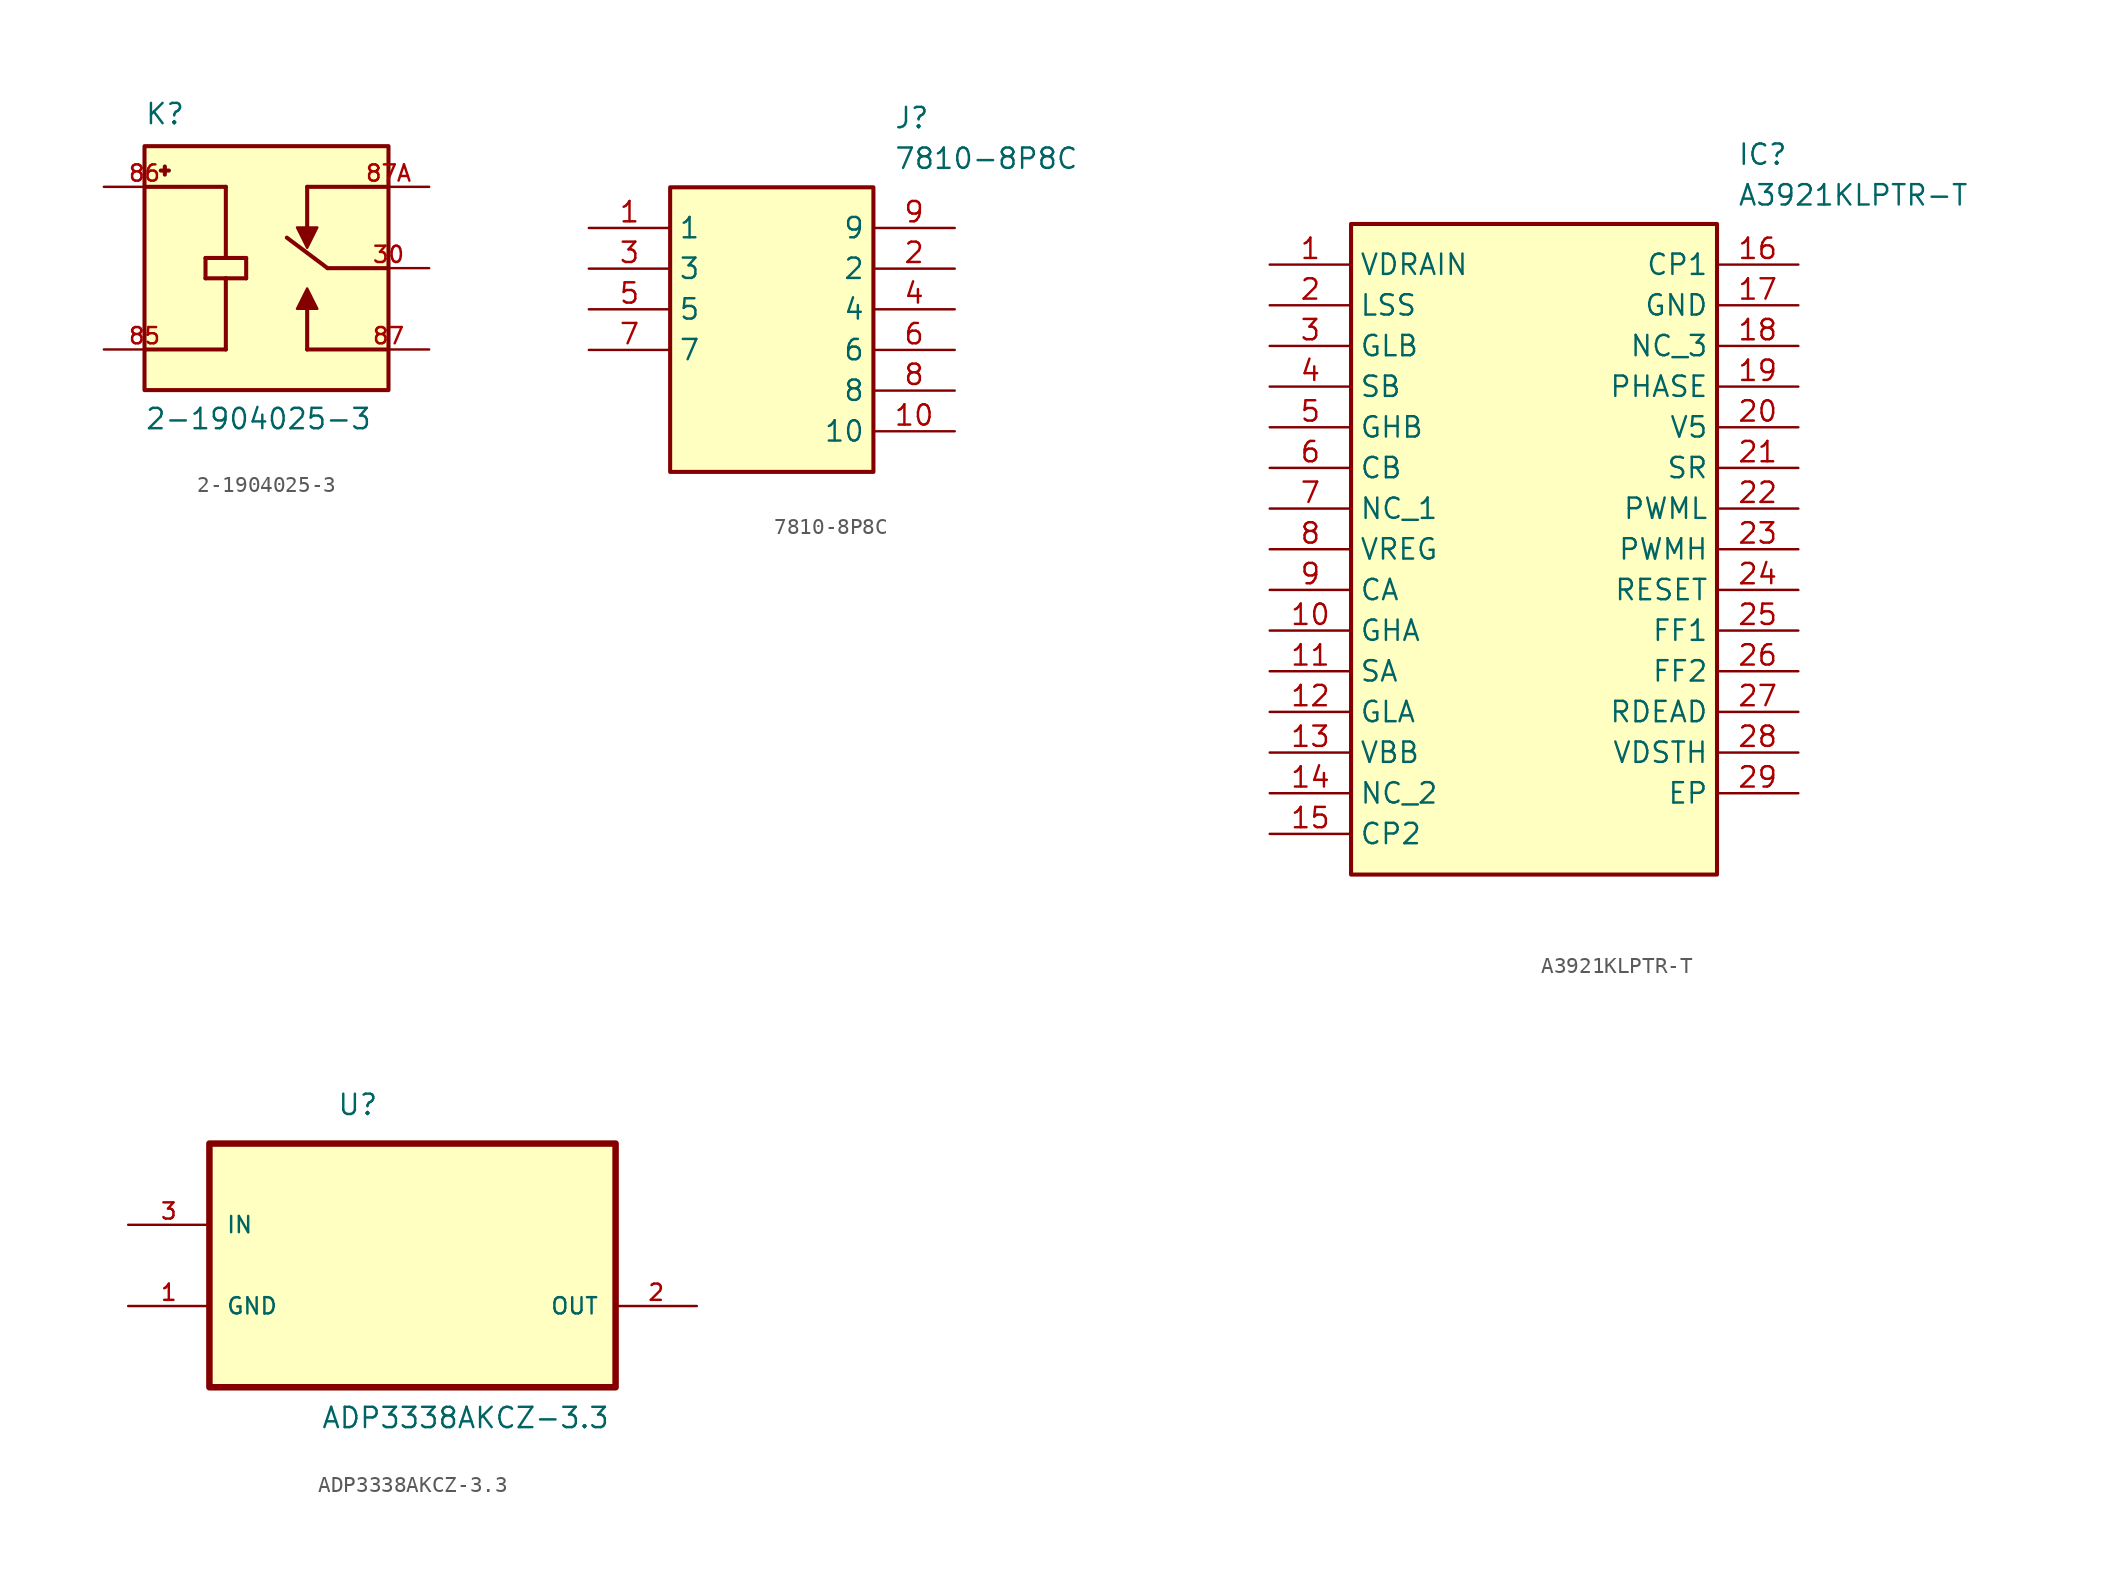
<source format=kicad_sym>
(kicad_symbol_lib
  (version 20231120)
  (generator "kicad_symbol_editor")
  (generator_version "8.0")
  (symbol "2-1904025-3"
    (pin_names
      (offset 1.016))
    (property "Reference" "K"
      (at -7.62 8.89 0)
      (effects (font (size 1.27 1.27)) (justify left bottom)))
    (property "Value" "2-1904025-3"
      (at -7.62 -10.16 0)
      (effects (font (size 1.27 1.27)) (justify left bottom)))
    (symbol "2-1904025-3_0_0"
      (rectangle (start -7.62 7.62) (end 7.62 -7.62) (stroke (width 0.254) (type default)) (fill (type background)))
      (polyline (pts (xy -7.62 -5.08) (xy -2.54 -5.08)) (stroke (width 0.254) (type default)) (fill (type none)))
      (polyline (pts (xy -7.62 5.08) (xy -2.54 5.08)) (stroke (width 0.254) (type default)) (fill (type none)))
      (polyline (pts (xy -6.604 6.096) (xy -6.096 6.096)) (stroke (width 0.254) (type default)) (fill (type none)))
      (polyline (pts (xy -6.35 6.35) (xy -6.35 5.842)) (stroke (width 0.254) (type default)) (fill (type none)))
      (polyline (pts (xy -3.81 -0.635) (xy -3.81 0.635)) (stroke (width 0.254) (type default)) (fill (type none)))
      (polyline (pts (xy -3.81 0.635) (xy -2.54 0.635)) (stroke (width 0.254) (type default)) (fill (type none)))
      (polyline (pts (xy -2.54 -0.635) (xy -3.81 -0.635)) (stroke (width 0.254) (type default)) (fill (type none)))
      (polyline (pts (xy -2.54 -0.635) (xy -2.54 -5.08)) (stroke (width 0.254) (type default)) (fill (type none)))
      (polyline (pts (xy -2.54 0.635) (xy -1.27 0.635)) (stroke (width 0.254) (type default)) (fill (type none)))
      (polyline (pts (xy -2.54 5.08) (xy -2.54 0.635)) (stroke (width 0.254) (type default)) (fill (type none)))
      (polyline (pts (xy -1.27 -0.635) (xy -2.54 -0.635)) (stroke (width 0.254) (type default)) (fill (type none)))
      (polyline (pts (xy -1.27 0.635) (xy -1.27 -0.635)) (stroke (width 0.254) (type default)) (fill (type none)))
      (polyline (pts (xy 2.54 -5.08) (xy 2.54 -2.54)) (stroke (width 0.254) (type default)) (fill (type none)))
      (polyline (pts (xy 2.54 5.08) (xy 2.54 2.54)) (stroke (width 0.254) (type default)) (fill (type none)))
      (polyline (pts (xy 2.54 5.08) (xy 7.62 5.08)) (stroke (width 0.254) (type default)) (fill (type none)))
      (polyline (pts (xy 3.81 0) (xy 1.27 1.905)) (stroke (width 0.254) (type default)) (fill (type none)))
      (polyline (pts (xy 7.62 -5.08) (xy 2.54 -5.08)) (stroke (width 0.254) (type default)) (fill (type none)))
      (polyline (pts (xy 7.62 0) (xy 3.81 0)) (stroke (width 0.254) (type default)) (fill (type none)))
      (polyline (pts (xy 1.905 -2.54) (xy 3.175 -2.54) (xy 2.54 -1.27) (xy 1.905 -2.54)) (stroke (width 0.152) (type default)) (fill (type outline)))
      (polyline (pts (xy 3.175 2.54) (xy 1.905 2.54) (xy 2.54 1.27) (xy 3.175 2.54)) (stroke (width 0.152) (type default)) (fill (type outline)))
      (pin passive line (at 10.16 0 180) (length 5.08) (name "~" (effects (font (size 1.016 1.016)))) (number "30" (effects (font (size 1.016 1.016)))))
      (pin passive line (at -10.16 -5.08 0) (length 5.08) (name "~" (effects (font (size 1.016 1.016)))) (number "85" (effects (font (size 1.016 1.016)))))
      (pin passive line (at -10.16 5.08 0) (length 5.08) (name "~" (effects (font (size 1.016 1.016)))) (number "86" (effects (font (size 1.016 1.016)))))
      (pin passive line (at 10.16 -5.08 180) (length 5.08) (name "~" (effects (font (size 1.016 1.016)))) (number "87" (effects (font (size 1.016 1.016)))))
      (pin passive line (at 10.16 5.08 180) (length 5.08) (name "~" (effects (font (size 1.016 1.016)))) (number "87A" (effects (font (size 1.016 1.016)))))))
  (symbol "7810-8P8C"
    (property "Reference" "J"
      (at 19.05 7.62 0)
      (effects (font (size 1.27 1.27)) (justify left top)))
    (property "Value" "7810-8P8C"
      (at 19.05 5.08 0)
      (effects (font (size 1.27 1.27)) (justify left top)))
    (symbol "7810-8P8C_1_1"
      (rectangle (start 5.08 2.54) (end 17.78 -15.24) (stroke (width 0.254) (type default)) (fill (type background)))
      (pin passive line (at 0 0 0) (length 5.08) (name "1" (effects (font (size 1.27 1.27)))) (number "1" (effects (font (size 1.27 1.27)))))
      (pin passive line (at 22.86 -12.7 180) (length 5.08) (name "10" (effects (font (size 1.27 1.27)))) (number "10" (effects (font (size 1.27 1.27)))))
      (pin passive line (at 22.86 -2.54 180) (length 5.08) (name "2" (effects (font (size 1.27 1.27)))) (number "2" (effects (font (size 1.27 1.27)))))
      (pin passive line (at 0 -2.54 0) (length 5.08) (name "3" (effects (font (size 1.27 1.27)))) (number "3" (effects (font (size 1.27 1.27)))))
      (pin passive line (at 22.86 -5.08 180) (length 5.08) (name "4" (effects (font (size 1.27 1.27)))) (number "4" (effects (font (size 1.27 1.27)))))
      (pin passive line (at 0 -5.08 0) (length 5.08) (name "5" (effects (font (size 1.27 1.27)))) (number "5" (effects (font (size 1.27 1.27)))))
      (pin passive line (at 22.86 -7.62 180) (length 5.08) (name "6" (effects (font (size 1.27 1.27)))) (number "6" (effects (font (size 1.27 1.27)))))
      (pin passive line (at 0 -7.62 0) (length 5.08) (name "7" (effects (font (size 1.27 1.27)))) (number "7" (effects (font (size 1.27 1.27)))))
      (pin passive line (at 22.86 -10.16 180) (length 5.08) (name "8" (effects (font (size 1.27 1.27)))) (number "8" (effects (font (size 1.27 1.27)))))
      (pin passive line (at 22.86 0 180) (length 5.08) (name "9" (effects (font (size 1.27 1.27)))) (number "9" (effects (font (size 1.27 1.27)))))))
  (symbol "A3921KLPTR-T"
    (property "Reference" "IC"
      (at 29.21 7.62 0)
      (effects (font (size 1.27 1.27)) (justify left top)))
    (property "Value" "A3921KLPTR-T"
      (at 29.21 5.08 0)
      (effects (font (size 1.27 1.27)) (justify left top)))
    (symbol "A3921KLPTR-T_1_1"
      (rectangle (start 5.08 2.54) (end 27.94 -38.1) (stroke (width 0.254) (type default)) (fill (type background)))
      (pin passive line (at 0 0 0) (length 5.08) (name "VDRAIN" (effects (font (size 1.27 1.27)))) (number "1" (effects (font (size 1.27 1.27)))))
      (pin passive line (at 0 -22.86 0) (length 5.08) (name "GHA" (effects (font (size 1.27 1.27)))) (number "10" (effects (font (size 1.27 1.27)))))
      (pin passive line (at 0 -25.4 0) (length 5.08) (name "SA" (effects (font (size 1.27 1.27)))) (number "11" (effects (font (size 1.27 1.27)))))
      (pin passive line (at 0 -27.94 0) (length 5.08) (name "GLA" (effects (font (size 1.27 1.27)))) (number "12" (effects (font (size 1.27 1.27)))))
      (pin passive line (at 0 -30.48 0) (length 5.08) (name "VBB" (effects (font (size 1.27 1.27)))) (number "13" (effects (font (size 1.27 1.27)))))
      (pin passive line (at 0 -33.02 0) (length 5.08) (name "NC_2" (effects (font (size 1.27 1.27)))) (number "14" (effects (font (size 1.27 1.27)))))
      (pin passive line (at 0 -35.56 0) (length 5.08) (name "CP2" (effects (font (size 1.27 1.27)))) (number "15" (effects (font (size 1.27 1.27)))))
      (pin passive line (at 33.02 0 180) (length 5.08) (name "CP1" (effects (font (size 1.27 1.27)))) (number "16" (effects (font (size 1.27 1.27)))))
      (pin passive line (at 33.02 -2.54 180) (length 5.08) (name "GND" (effects (font (size 1.27 1.27)))) (number "17" (effects (font (size 1.27 1.27)))))
      (pin passive line (at 33.02 -5.08 180) (length 5.08) (name "NC_3" (effects (font (size 1.27 1.27)))) (number "18" (effects (font (size 1.27 1.27)))))
      (pin passive line (at 33.02 -7.62 180) (length 5.08) (name "PHASE" (effects (font (size 1.27 1.27)))) (number "19" (effects (font (size 1.27 1.27)))))
      (pin passive line (at 0 -2.54 0) (length 5.08) (name "LSS" (effects (font (size 1.27 1.27)))) (number "2" (effects (font (size 1.27 1.27)))))
      (pin passive line (at 33.02 -10.16 180) (length 5.08) (name "V5" (effects (font (size 1.27 1.27)))) (number "20" (effects (font (size 1.27 1.27)))))
      (pin passive line (at 33.02 -12.7 180) (length 5.08) (name "SR" (effects (font (size 1.27 1.27)))) (number "21" (effects (font (size 1.27 1.27)))))
      (pin passive line (at 33.02 -15.24 180) (length 5.08) (name "PWML" (effects (font (size 1.27 1.27)))) (number "22" (effects (font (size 1.27 1.27)))))
      (pin passive line (at 33.02 -17.78 180) (length 5.08) (name "PWMH" (effects (font (size 1.27 1.27)))) (number "23" (effects (font (size 1.27 1.27)))))
      (pin passive line (at 33.02 -20.32 180) (length 5.08) (name "RESET" (effects (font (size 1.27 1.27)))) (number "24" (effects (font (size 1.27 1.27)))))
      (pin passive line (at 33.02 -22.86 180) (length 5.08) (name "FF1" (effects (font (size 1.27 1.27)))) (number "25" (effects (font (size 1.27 1.27)))))
      (pin passive line (at 33.02 -25.4 180) (length 5.08) (name "FF2" (effects (font (size 1.27 1.27)))) (number "26" (effects (font (size 1.27 1.27)))))
      (pin passive line (at 33.02 -27.94 180) (length 5.08) (name "RDEAD" (effects (font (size 1.27 1.27)))) (number "27" (effects (font (size 1.27 1.27)))))
      (pin passive line (at 33.02 -30.48 180) (length 5.08) (name "VDSTH" (effects (font (size 1.27 1.27)))) (number "28" (effects (font (size 1.27 1.27)))))
      (pin passive line (at 33.02 -33.02 180) (length 5.08) (name "EP" (effects (font (size 1.27 1.27)))) (number "29" (effects (font (size 1.27 1.27)))))
      (pin passive line (at 0 -5.08 0) (length 5.08) (name "GLB" (effects (font (size 1.27 1.27)))) (number "3" (effects (font (size 1.27 1.27)))))
      (pin passive line (at 0 -7.62 0) (length 5.08) (name "SB" (effects (font (size 1.27 1.27)))) (number "4" (effects (font (size 1.27 1.27)))))
      (pin passive line (at 0 -10.16 0) (length 5.08) (name "GHB" (effects (font (size 1.27 1.27)))) (number "5" (effects (font (size 1.27 1.27)))))
      (pin passive line (at 0 -12.7 0) (length 5.08) (name "CB" (effects (font (size 1.27 1.27)))) (number "6" (effects (font (size 1.27 1.27)))))
      (pin passive line (at 0 -15.24 0) (length 5.08) (name "NC_1" (effects (font (size 1.27 1.27)))) (number "7" (effects (font (size 1.27 1.27)))))
      (pin passive line (at 0 -17.78 0) (length 5.08) (name "VREG" (effects (font (size 1.27 1.27)))) (number "8" (effects (font (size 1.27 1.27)))))
      (pin passive line (at 0 -20.32 0) (length 5.08) (name "CA" (effects (font (size 1.27 1.27)))) (number "9" (effects (font (size 1.27 1.27)))))))
  (symbol "ADP3338AKCZ-3.3"
    (pin_names
      (offset 1.016))
    (property "Reference" "U"
      (at -4.732 6.767 0)
      (effects (font (size 1.27 1.27)) (justify left bottom)))
    (property "Value" "ADP3338AKCZ-3.3"
      (at -5.732 -12.815 0)
      (effects (font (size 1.27 1.27)) (justify left bottom)))
    (symbol "ADP3338AKCZ-3.3_0_0"
      (rectangle (start -12.7 5.08) (end 12.7 -10.16) (stroke (width 0.406) (type default)) (fill (type background)))
      (pin passive line (at -17.78 -5.08 0) (length 5.08) (name "GND" (effects (font (size 1.016 1.016)))) (number "1" (effects (font (size 1.016 1.016))))))
    (symbol "ADP3338AKCZ-3.3_1_0"
      (pin power_out line (at 17.78 -5.08 180) (length 5.08) (name "OUT" (effects (font (size 1.016 1.016)))) (number "2" (effects (font (size 1.016 1.016)))))
      (pin power_in line (at -17.78 0 0) (length 5.08) (name "IN" (effects (font (size 1.016 1.016)))) (number "3" (effects (font (size 1.016 1.016))))))))
</source>
